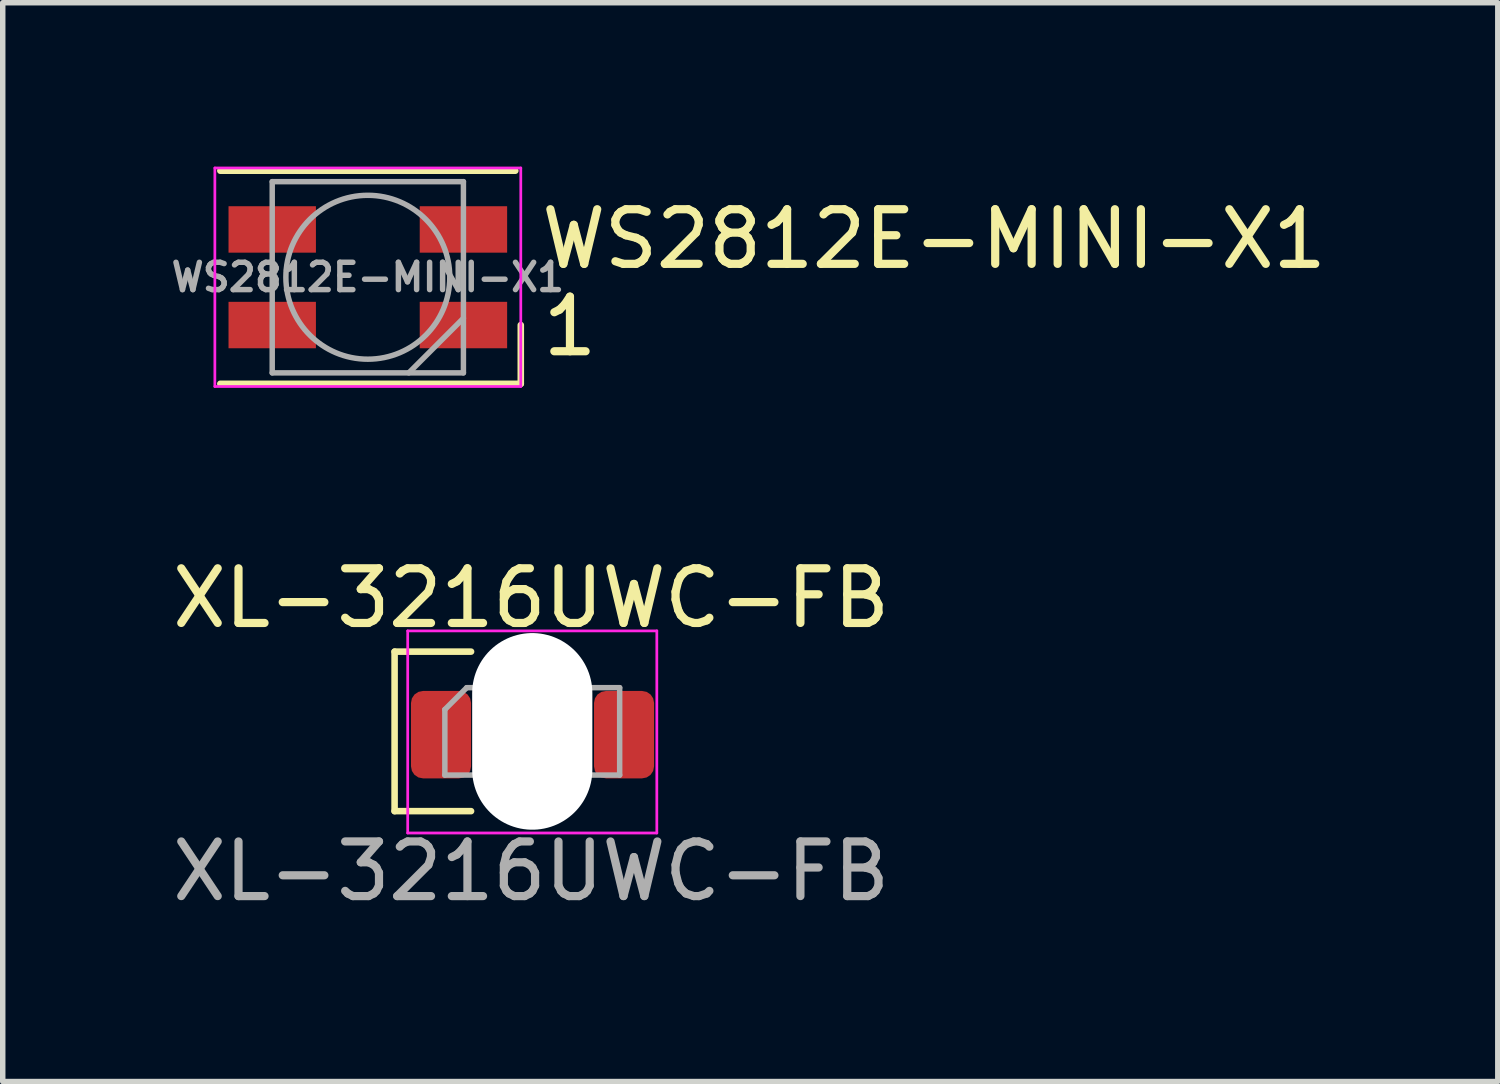
<source format=kicad_pcb>
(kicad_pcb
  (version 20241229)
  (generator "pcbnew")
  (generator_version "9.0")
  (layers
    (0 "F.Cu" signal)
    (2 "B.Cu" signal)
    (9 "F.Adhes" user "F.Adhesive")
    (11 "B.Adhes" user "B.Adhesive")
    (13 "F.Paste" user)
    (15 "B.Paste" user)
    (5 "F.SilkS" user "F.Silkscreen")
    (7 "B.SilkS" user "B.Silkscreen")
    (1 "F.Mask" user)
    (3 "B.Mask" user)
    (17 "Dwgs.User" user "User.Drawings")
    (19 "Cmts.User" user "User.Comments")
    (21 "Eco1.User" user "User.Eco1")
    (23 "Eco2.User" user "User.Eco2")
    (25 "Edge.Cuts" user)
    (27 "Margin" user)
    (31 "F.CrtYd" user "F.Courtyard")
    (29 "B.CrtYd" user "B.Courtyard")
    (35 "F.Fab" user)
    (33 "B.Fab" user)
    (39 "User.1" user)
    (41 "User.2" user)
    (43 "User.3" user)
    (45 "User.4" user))
  (footprint "WS2812E-MINI-X1"
    (layer "F.Cu")
    (at 3.683 2.025)
    (property "Reference" "WS2812E-MINI-X1" (at 3.1 -0.7 0) (layer "F.SilkS") (effects (font (size 1 1) (thickness 0.15)) (justify left)))
    (attr smd)
    (fp_line (start -2.7 -1.95) (end 2.7 -1.95) (stroke (width 0.12) (type solid)) (layer "F.SilkS"))
    (fp_line (start -2.7 1.95) (end 2.8 1.95) (stroke (width 0.12) (type solid)) (layer "F.SilkS"))
    (fp_line (start 2.8 1.95) (end 2.8 0.875) (stroke (width 0.12) (type solid)) (layer "F.SilkS"))
    (fp_line (start -2.8 -2) (end -2.8 2) (stroke (width 0.05) (type solid)) (layer "F.CrtYd"))
    (fp_line (start -2.8 2) (end 2.8 2) (stroke (width 0.05) (type solid)) (layer "F.CrtYd"))
    (fp_line (start 2.8 -2) (end -2.8 -2) (stroke (width 0.05) (type solid)) (layer "F.CrtYd"))
    (fp_line (start 2.8 2) (end 2.8 -2) (stroke (width 0.05) (type solid)) (layer "F.CrtYd"))
    (fp_line (start -1.75 -1.75) (end -1.75 1.75) (stroke (width 0.1) (type solid)) (layer "F.Fab"))
    (fp_line (start -1.75 1.75) (end 1.75 1.75) (stroke (width 0.1) (type solid)) (layer "F.Fab"))
    (fp_line (start 1.75 -1.75) (end -1.75 -1.75) (stroke (width 0.1) (type solid)) (layer "F.Fab"))
    (fp_line (start 1.75 0.75) (end 0.75 1.75) (stroke (width 0.1) (type solid)) (layer "F.Fab"))
    (fp_line (start 1.75 1.75) (end 1.75 -1.75) (stroke (width 0.1) (type solid)) (layer "F.Fab"))
    (fp_circle (center 0 0) (end 0 -1.5) (stroke (width 0.1) (type solid)) (fill no) (layer "F.Fab"))
    (fp_text user "1" (at 3.7 0.9 0) (layer "F.SilkS") (effects (font (size 1 1) (thickness 0.15))))
    (fp_text user "${REFERENCE}" (at 0 0 0) (layer "F.Fab") (effects (font (size 0.5 0.5) (thickness 0.1))))
    (pad "1" smd rect (at 1.75 0.875) (size 1.6 0.85) (layers "F.Cu" "F.Mask" "F.Paste"))
    (pad "2" smd rect (at 1.75 -0.875) (size 1.6 0.85) (layers "F.Cu" "F.Mask" "F.Paste"))
    (pad "3" smd rect (at -1.75 -0.875) (size 1.6 0.85) (layers "F.Cu" "F.Mask" "F.Paste"))
    (pad "4" smd rect (at -1.75 0.875) (size 1.6 0.85) (layers "F.Cu" "F.Mask" "F.Paste")))
  (footprint "XL-3216UWC-FB"
    (layer "F.Cu")
    (at 6.673 10.398)
    (property "Reference" "XL-3216UWC-FB" (at 0 -2.5 0) (unlocked yes) (layer "F.SilkS") (effects (font (size 1 1) (thickness 0.15))))
    (attr smd)
    (fp_line (start -2.5 -1.52) (end -2.5 1.4) (stroke (width 0.12) (type solid)) (layer "F.SilkS"))
    (fp_line (start -2.5 1.4) (end -1.1 1.4) (stroke (width 0.12) (type solid)) (layer "F.SilkS"))
    (fp_line (start -1.1 -1.52) (end -2.5 -1.52) (stroke (width 0.12) (type solid)) (layer "F.SilkS"))
    (fp_line (start -2.26 -1.9) (end 2.3 -1.9) (stroke (width 0.05) (type solid)) (layer "F.CrtYd"))
    (fp_line (start -2.26 1.8) (end -2.26 -1.9) (stroke (width 0.05) (type solid)) (layer "F.CrtYd"))
    (fp_line (start 2.3 -1.9) (end 2.3 1.8) (stroke (width 0.05) (type solid)) (layer "F.CrtYd"))
    (fp_line (start 2.3 1.8) (end -2.26 1.8) (stroke (width 0.05) (type solid)) (layer "F.CrtYd"))
    (fp_line (start -1.58 -0.46) (end -1.58 0.74) (stroke (width 0.1) (type solid)) (layer "F.Fab"))
    (fp_line (start -1.58 0.74) (end 1.62 0.74) (stroke (width 0.1) (type solid)) (layer "F.Fab"))
    (fp_line (start -1.18 -0.86) (end -1.58 -0.46) (stroke (width 0.1) (type solid)) (layer "F.Fab"))
    (fp_line (start 1.62 -0.86) (end -1.18 -0.86) (stroke (width 0.1) (type solid)) (layer "F.Fab"))
    (fp_line (start 1.62 0.74) (end 1.62 -0.86) (stroke (width 0.1) (type solid)) (layer "F.Fab"))
    (fp_text user "${REFERENCE}" (at 0 2.5 0) (unlocked yes) (layer "F.Fab") (effects (font (size 1 1) (thickness 0.15))))
    (pad "" np_thru_hole oval (at 0.02 -0.06) (size 2.2 3.6) (drill oval 2.2 3.6) (layers "*.Cu" "*.Mask"))
    (pad "1" smd roundrect (at -1.65 0) (size 1.1 1.6) (layers "F.Cu" "F.Mask" "F.Paste") (roundrect_rratio 0.2))
    (pad "2" smd roundrect (at 1.7 0) (size 1.1 1.6) (layers "F.Cu" "F.Mask" "F.Paste") (roundrect_rratio 0.2)))
  (gr_rect
    (start -3 -3)
    (end 24.367 16.747)
    (stroke (width 0.1) (type default))
    (fill no)
    (layer "Edge.Cuts")))
</source>
